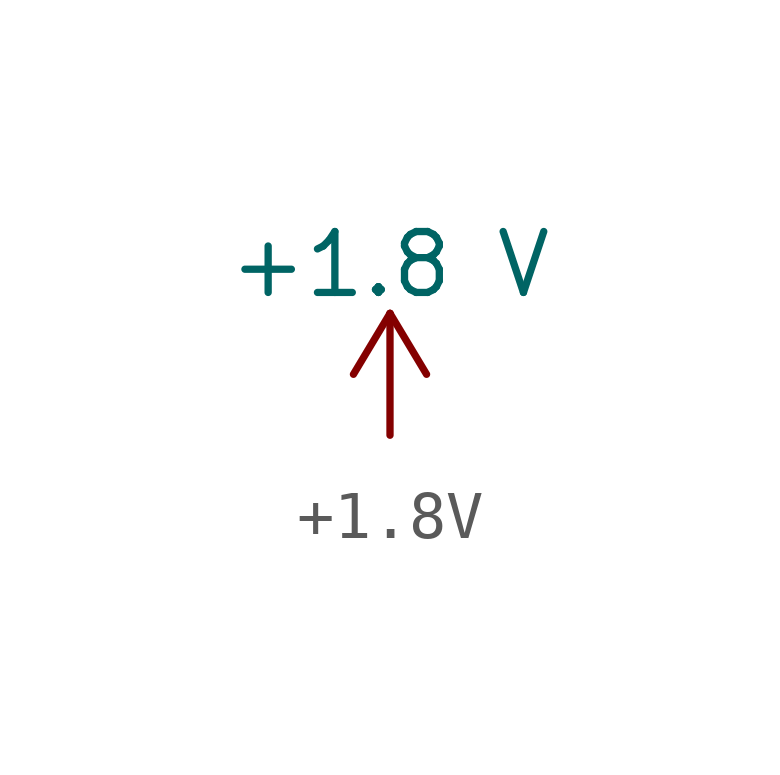
<source format=kicad_sym>
(kicad_symbol_lib
  (version 20231120)
  (generator "kicad_symbol_editor")
  (generator_version "8.0")
  (symbol "+1.8V"
    (power)
    (pin_numbers hide)
    (pin_names
      (offset 0) hide)
    (property "Reference" "#PWR"
      (at 0 -3.81 0)
      (effects (font (size 1.27 1.27)) (hide yes)))
    (property "Value" "+1.8 V"
      (at 0 3.556 0)
      (effects (font (size 1.27 1.27))))
    (symbol "+1.8V_0_1"
      (polyline (pts (xy -0.762 1.27) (xy 0 2.54)) (stroke (width 0) (type solid)) (fill (type none)))
      (polyline (pts (xy 0 0) (xy 0 2.54)) (stroke (width 0) (type solid)) (fill (type none)))
      (polyline (pts (xy 0 2.54) (xy 0.762 1.27)) (stroke (width 0) (type solid)) (fill (type none))))
    (symbol "+1.8V_1_1"
      (pin power_in line (at 0 0 90) (length 0) hide (name "+10V" (effects (font (size 1.27 1.27)))) (number "1" (effects (font (size 1.27 1.27))))))))
</source>
